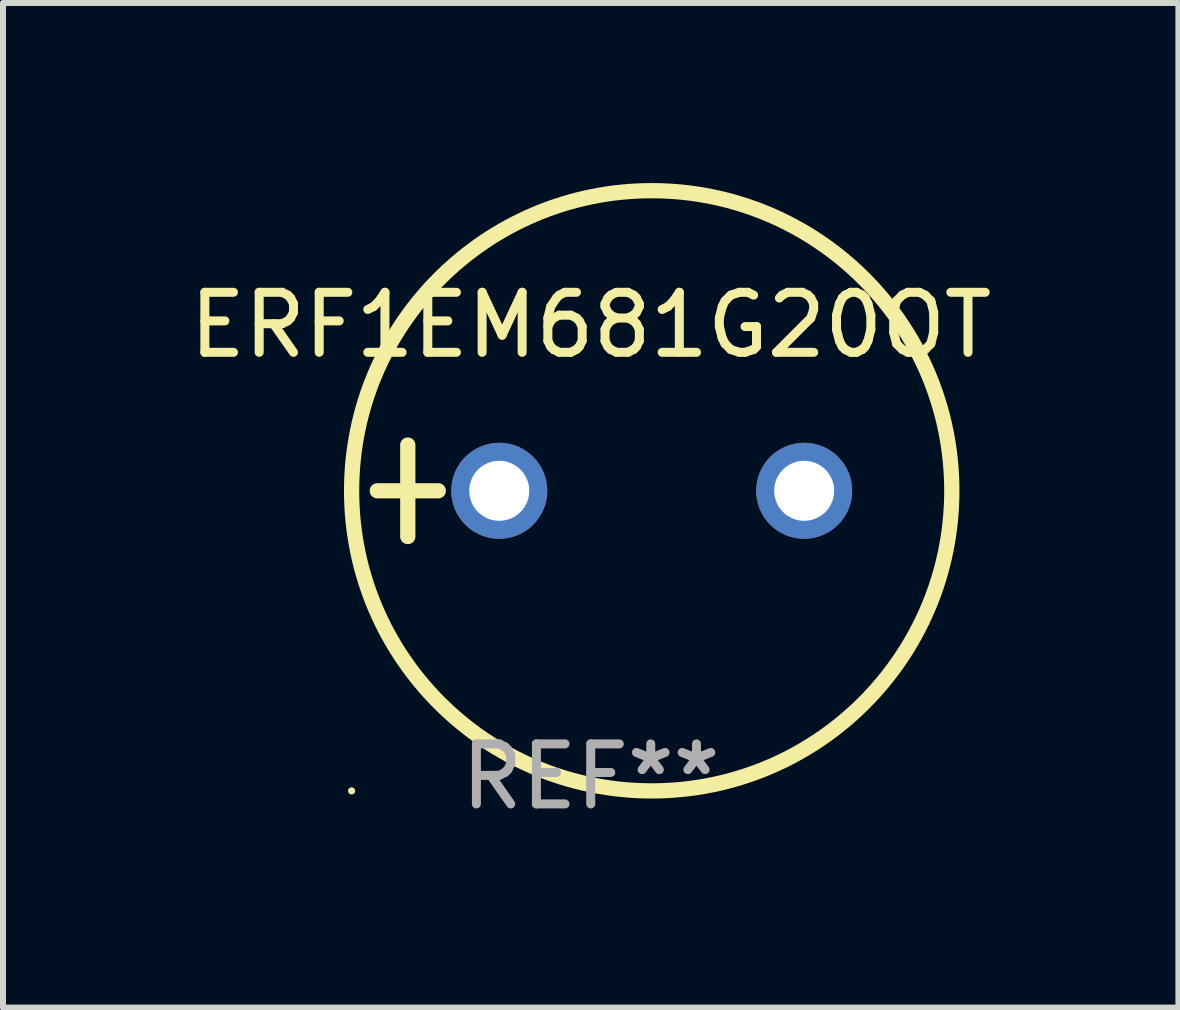
<source format=kicad_pcb>
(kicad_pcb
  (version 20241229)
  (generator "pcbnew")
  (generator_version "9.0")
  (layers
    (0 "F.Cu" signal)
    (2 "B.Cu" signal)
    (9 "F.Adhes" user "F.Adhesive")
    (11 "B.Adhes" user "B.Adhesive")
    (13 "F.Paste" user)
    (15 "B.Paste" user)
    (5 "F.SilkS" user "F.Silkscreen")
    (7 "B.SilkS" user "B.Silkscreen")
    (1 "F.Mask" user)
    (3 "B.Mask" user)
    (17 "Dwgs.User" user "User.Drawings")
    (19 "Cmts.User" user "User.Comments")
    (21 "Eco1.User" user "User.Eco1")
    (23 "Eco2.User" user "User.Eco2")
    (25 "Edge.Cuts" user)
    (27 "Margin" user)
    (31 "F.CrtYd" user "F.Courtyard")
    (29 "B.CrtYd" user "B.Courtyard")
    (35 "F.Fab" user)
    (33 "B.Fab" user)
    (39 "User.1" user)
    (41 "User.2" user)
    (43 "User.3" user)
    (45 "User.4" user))
  (footprint "ERF1EM681G20OT"
    (layer "F.Cu")
    (at 6.792 5.127)
    (property "Reference" "ERF1EM681G20OT" (at 0 -2.762 0) (layer "F.SilkS") (effects (font (size 1 1) (thickness 0.15))))
    (attr through_hole)
    (fp_line (start -3.556 0) (end -2.54 0) (stroke (width 0.254) (type solid)) (layer "F.SilkS"))
    (fp_line (start -3.048 -0.762) (end -3.048 0.762) (stroke (width 0.254) (type solid)) (layer "F.SilkS"))
    (fp_circle (center -3.984 5) (end -3.954 5) (stroke (width 0.06) (type solid)) (fill no) (layer "F.SilkS"))
    (fp_circle (center 1.016 0) (end 6.016 0) (stroke (width 0.254) (type solid)) (fill no) (layer "F.SilkS"))
    (fp_text user "REF**" (at 0 4.762 0) (layer "F.Fab") (effects (font (size 1 1) (thickness 0.15))))
    (pad "1" thru_hole circle (at -1.524 0) (size 1.6 1.6) (drill 1) (layers "*.Cu" "*.Mask"))
    (pad "2" thru_hole circle (at 3.556 0) (size 1.6 1.6) (drill 1) (layers "*.Cu" "*.Mask")))
  (gr_rect
    (start -3 -3)
    (end 16.583 13.737)
    (stroke (width 0.1) (type default))
    (fill no)
    (layer "Edge.Cuts")))
</source>
